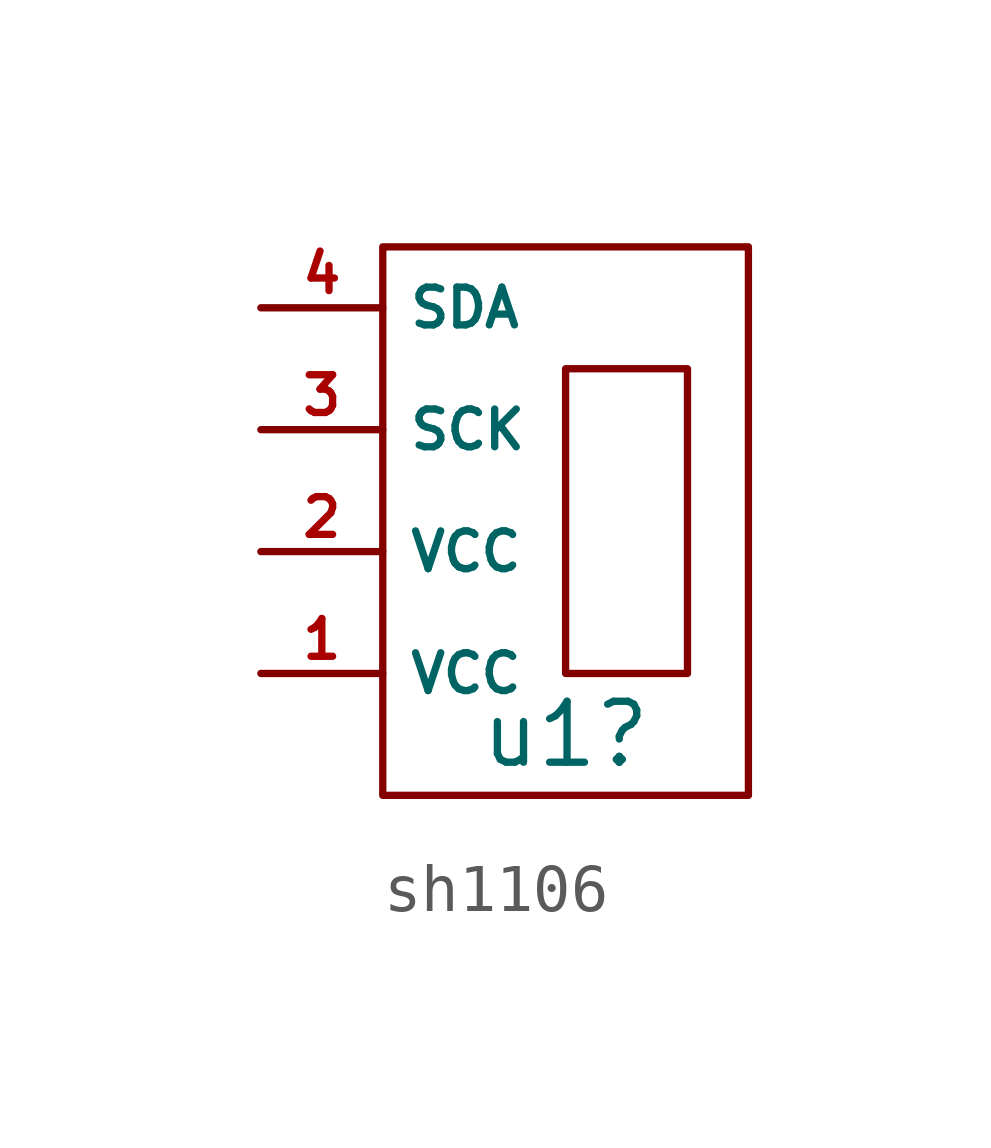
<source format=kicad_sym>
(kicad_symbol_lib
  (version 20241209)
  (generator "kicad_symbol_editor")
  (generator_version "9.0")
  (symbol "sh1106"
    (property "Reference" "u1"
      (at 0 0 0)
      (effects (font (size 1.27 1.27))))
    (property "Value" ""
      (at 0 0 0)
      (effects (font (size 1.27 1.27))))
    (symbol "sh1106_0_1"
      (rectangle (start -3.81 10.16) (end 3.81 -1.27) (stroke (width 0) (type default)) (fill (type none)))
      (rectangle (start 0 7.62) (end 2.54 1.27) (stroke (width 0) (type default)) (fill (type none))))
    (symbol "sh1106_1_1"
      (pin input line (at -6.35 8.89 0) (length 2.54) (name "SDA" (effects (font (size 0.787 0.787)))) (number "4" (effects (font (size 0.787 0.787)))))
      (pin input line (at -6.35 6.35 0) (length 2.54) (name "SCK" (effects (font (size 0.787 0.787)))) (number "3" (effects (font (size 0.787 0.787)))))
      (pin input line (at -6.35 3.81 0) (length 2.54) (name "VCC" (effects (font (size 0.787 0.787)))) (number "2" (effects (font (size 0.787 0.787)))))
      (pin input line (at -6.35 1.27 0) (length 2.54) (name "VCC" (effects (font (size 0.787 0.787)))) (number "1" (effects (font (size 0.787 0.787))))))))
</source>
